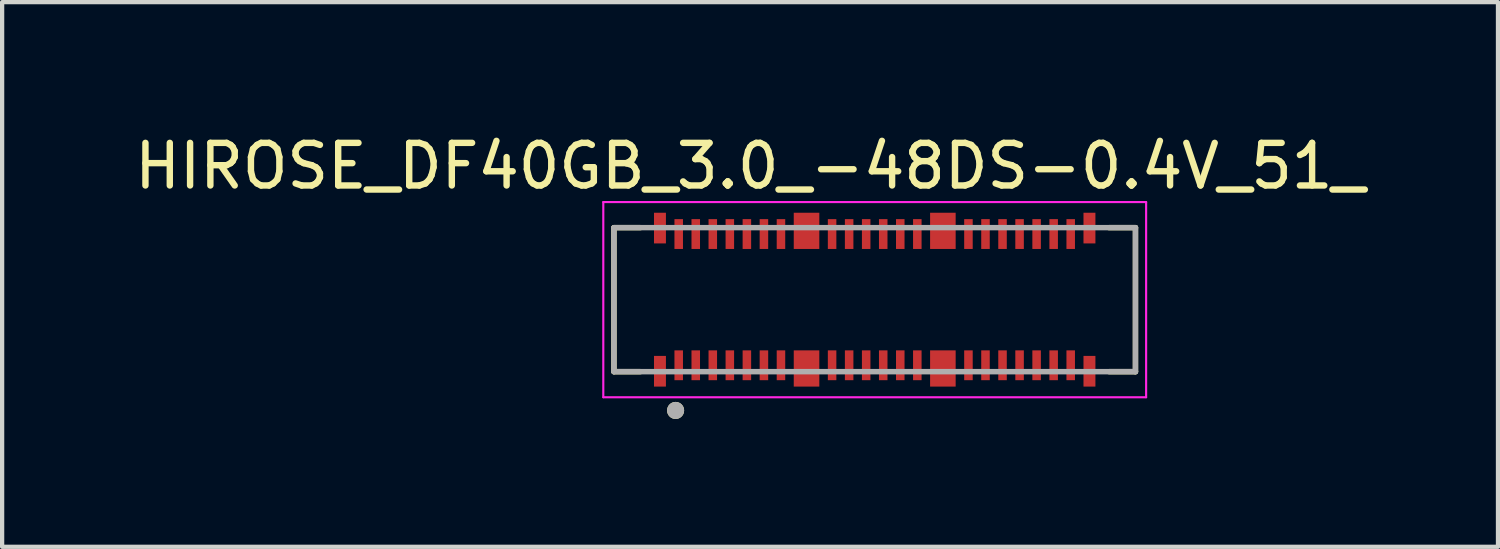
<source format=kicad_pcb>
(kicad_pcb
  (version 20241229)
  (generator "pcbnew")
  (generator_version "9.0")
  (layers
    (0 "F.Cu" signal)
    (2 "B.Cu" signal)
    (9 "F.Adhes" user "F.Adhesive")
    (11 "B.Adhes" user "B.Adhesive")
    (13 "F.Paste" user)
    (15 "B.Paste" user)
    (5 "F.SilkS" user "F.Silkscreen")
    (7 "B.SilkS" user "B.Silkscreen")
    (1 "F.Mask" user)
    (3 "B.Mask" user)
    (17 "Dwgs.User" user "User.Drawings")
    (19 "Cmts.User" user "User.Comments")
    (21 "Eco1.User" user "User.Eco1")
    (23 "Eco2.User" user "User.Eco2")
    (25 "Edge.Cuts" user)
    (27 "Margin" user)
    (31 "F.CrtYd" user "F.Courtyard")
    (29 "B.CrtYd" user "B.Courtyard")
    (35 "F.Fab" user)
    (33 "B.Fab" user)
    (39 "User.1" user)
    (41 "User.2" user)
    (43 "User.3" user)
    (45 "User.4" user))
  (footprint "HIROSE_DF40GB_3.0_-48DS-0.4V_51_"
    (layer "F.Cu")
    (at 17.479 3.983)
    (property "Reference" "HIROSE_DF40GB_3.0_-48DS-0.4V_51_" (at -2.925 -3.135 0) (layer "F.SilkS") (effects (font (size 1 1) (thickness 0.15))))
    (attr smd)
    (fp_poly (pts (xy -5.23 -2.09) (xy -4.85 -2.09) (xy -4.85 -1.27) (xy -5.23 -1.27)) (stroke (width 0.01) (type solid)) (fill yes) (layer "F.Mask"))
    (fp_poly (pts (xy -5.23 1.27) (xy -4.85 1.27) (xy -4.85 2.09) (xy -5.23 2.09)) (stroke (width 0.01) (type solid)) (fill yes) (layer "F.Mask"))
    (fp_poly (pts (xy -4.75 -1.94) (xy -4.45 -1.94) (xy -4.45 -1.14) (xy -4.75 -1.14)) (stroke (width 0.01) (type solid)) (fill yes) (layer "F.Mask"))
    (fp_poly (pts (xy -4.75 1.14) (xy -4.45 1.14) (xy -4.45 1.94) (xy -4.75 1.94)) (stroke (width 0.01) (type solid)) (fill yes) (layer "F.Mask"))
    (fp_poly (pts (xy -4.35 -1.94) (xy -4.05 -1.94) (xy -4.05 -1.14) (xy -4.35 -1.14)) (stroke (width 0.01) (type solid)) (fill yes) (layer "F.Mask"))
    (fp_poly (pts (xy -4.35 1.14) (xy -4.05 1.14) (xy -4.05 1.94) (xy -4.35 1.94)) (stroke (width 0.01) (type solid)) (fill yes) (layer "F.Mask"))
    (fp_poly (pts (xy -3.95 -1.94) (xy -3.65 -1.94) (xy -3.65 -1.14) (xy -3.95 -1.14)) (stroke (width 0.01) (type solid)) (fill yes) (layer "F.Mask"))
    (fp_poly (pts (xy -3.95 1.14) (xy -3.65 1.14) (xy -3.65 1.94) (xy -3.95 1.94)) (stroke (width 0.01) (type solid)) (fill yes) (layer "F.Mask"))
    (fp_poly (pts (xy -3.55 -1.94) (xy -3.25 -1.94) (xy -3.25 -1.14) (xy -3.55 -1.14)) (stroke (width 0.01) (type solid)) (fill yes) (layer "F.Mask"))
    (fp_poly (pts (xy -3.55 1.14) (xy -3.25 1.14) (xy -3.25 1.94) (xy -3.55 1.94)) (stroke (width 0.01) (type solid)) (fill yes) (layer "F.Mask"))
    (fp_poly (pts (xy -3.15 -1.94) (xy -2.85 -1.94) (xy -2.85 -1.14) (xy -3.15 -1.14)) (stroke (width 0.01) (type solid)) (fill yes) (layer "F.Mask"))
    (fp_poly (pts (xy -3.15 1.14) (xy -2.85 1.14) (xy -2.85 1.94) (xy -3.15 1.94)) (stroke (width 0.01) (type solid)) (fill yes) (layer "F.Mask"))
    (fp_poly (pts (xy -2.75 -1.94) (xy -2.45 -1.94) (xy -2.45 -1.14) (xy -2.75 -1.14)) (stroke (width 0.01) (type solid)) (fill yes) (layer "F.Mask"))
    (fp_poly (pts (xy -2.75 1.14) (xy -2.45 1.14) (xy -2.45 1.94) (xy -2.75 1.94)) (stroke (width 0.01) (type solid)) (fill yes) (layer "F.Mask"))
    (fp_poly (pts (xy -2.35 -1.94) (xy -2.05 -1.94) (xy -2.05 -1.14) (xy -2.35 -1.14)) (stroke (width 0.01) (type solid)) (fill yes) (layer "F.Mask"))
    (fp_poly (pts (xy -2.35 1.14) (xy -2.05 1.14) (xy -2.05 1.94) (xy -2.35 1.94)) (stroke (width 0.01) (type solid)) (fill yes) (layer "F.Mask"))
    (fp_poly (pts (xy -1.95 -2.09) (xy -1.25 -2.09) (xy -1.25 -1.14) (xy -1.95 -1.14)) (stroke (width 0.01) (type solid)) (fill yes) (layer "F.Mask"))
    (fp_poly (pts (xy -1.95 1.14) (xy -1.25 1.14) (xy -1.25 2.09) (xy -1.95 2.09)) (stroke (width 0.01) (type solid)) (fill yes) (layer "F.Mask"))
    (fp_poly (pts (xy -1.15 -1.94) (xy -0.85 -1.94) (xy -0.85 -1.14) (xy -1.15 -1.14)) (stroke (width 0.01) (type solid)) (fill yes) (layer "F.Mask"))
    (fp_poly (pts (xy -1.15 1.14) (xy -0.85 1.14) (xy -0.85 1.94) (xy -1.15 1.94)) (stroke (width 0.01) (type solid)) (fill yes) (layer "F.Mask"))
    (fp_poly (pts (xy -0.75 -1.94) (xy -0.45 -1.94) (xy -0.45 -1.14) (xy -0.75 -1.14)) (stroke (width 0.01) (type solid)) (fill yes) (layer "F.Mask"))
    (fp_poly (pts (xy -0.75 1.14) (xy -0.45 1.14) (xy -0.45 1.94) (xy -0.75 1.94)) (stroke (width 0.01) (type solid)) (fill yes) (layer "F.Mask"))
    (fp_poly (pts (xy -0.35 -1.94) (xy -0.05 -1.94) (xy -0.05 -1.14) (xy -0.35 -1.14)) (stroke (width 0.01) (type solid)) (fill yes) (layer "F.Mask"))
    (fp_poly (pts (xy -0.35 1.14) (xy -0.05 1.14) (xy -0.05 1.94) (xy -0.35 1.94)) (stroke (width 0.01) (type solid)) (fill yes) (layer "F.Mask"))
    (fp_poly (pts (xy 0.05 -1.94) (xy 0.35 -1.94) (xy 0.35 -1.14) (xy 0.05 -1.14)) (stroke (width 0.01) (type solid)) (fill yes) (layer "F.Mask"))
    (fp_poly (pts (xy 0.05 1.14) (xy 0.35 1.14) (xy 0.35 1.94) (xy 0.05 1.94)) (stroke (width 0.01) (type solid)) (fill yes) (layer "F.Mask"))
    (fp_poly (pts (xy 0.45 -1.94) (xy 0.75 -1.94) (xy 0.75 -1.14) (xy 0.45 -1.14)) (stroke (width 0.01) (type solid)) (fill yes) (layer "F.Mask"))
    (fp_poly (pts (xy 0.45 1.14) (xy 0.75 1.14) (xy 0.75 1.94) (xy 0.45 1.94)) (stroke (width 0.01) (type solid)) (fill yes) (layer "F.Mask"))
    (fp_poly (pts (xy 0.85 -1.94) (xy 1.15 -1.94) (xy 1.15 -1.14) (xy 0.85 -1.14)) (stroke (width 0.01) (type solid)) (fill yes) (layer "F.Mask"))
    (fp_poly (pts (xy 0.85 1.14) (xy 1.15 1.14) (xy 1.15 1.94) (xy 0.85 1.94)) (stroke (width 0.01) (type solid)) (fill yes) (layer "F.Mask"))
    (fp_poly (pts (xy 1.25 -2.09) (xy 1.95 -2.09) (xy 1.95 -1.14) (xy 1.25 -1.14)) (stroke (width 0.01) (type solid)) (fill yes) (layer "F.Mask"))
    (fp_poly (pts (xy 1.25 1.14) (xy 1.95 1.14) (xy 1.95 2.09) (xy 1.25 2.09)) (stroke (width 0.01) (type solid)) (fill yes) (layer "F.Mask"))
    (fp_poly (pts (xy 2.05 -1.94) (xy 2.35 -1.94) (xy 2.35 -1.14) (xy 2.05 -1.14)) (stroke (width 0.01) (type solid)) (fill yes) (layer "F.Mask"))
    (fp_poly (pts (xy 2.05 1.14) (xy 2.35 1.14) (xy 2.35 1.94) (xy 2.05 1.94)) (stroke (width 0.01) (type solid)) (fill yes) (layer "F.Mask"))
    (fp_poly (pts (xy 2.45 -1.94) (xy 2.75 -1.94) (xy 2.75 -1.14) (xy 2.45 -1.14)) (stroke (width 0.01) (type solid)) (fill yes) (layer "F.Mask"))
    (fp_poly (pts (xy 2.45 1.14) (xy 2.75 1.14) (xy 2.75 1.94) (xy 2.45 1.94)) (stroke (width 0.01) (type solid)) (fill yes) (layer "F.Mask"))
    (fp_poly (pts (xy 2.85 -1.94) (xy 3.15 -1.94) (xy 3.15 -1.14) (xy 2.85 -1.14)) (stroke (width 0.01) (type solid)) (fill yes) (layer "F.Mask"))
    (fp_poly (pts (xy 2.85 1.14) (xy 3.15 1.14) (xy 3.15 1.94) (xy 2.85 1.94)) (stroke (width 0.01) (type solid)) (fill yes) (layer "F.Mask"))
    (fp_poly (pts (xy 3.25 -1.94) (xy 3.55 -1.94) (xy 3.55 -1.14) (xy 3.25 -1.14)) (stroke (width 0.01) (type solid)) (fill yes) (layer "F.Mask"))
    (fp_poly (pts (xy 3.25 1.14) (xy 3.55 1.14) (xy 3.55 1.94) (xy 3.25 1.94)) (stroke (width 0.01) (type solid)) (fill yes) (layer "F.Mask"))
    (fp_poly (pts (xy 3.65 -1.94) (xy 3.95 -1.94) (xy 3.95 -1.14) (xy 3.65 -1.14)) (stroke (width 0.01) (type solid)) (fill yes) (layer "F.Mask"))
    (fp_poly (pts (xy 3.65 1.14) (xy 3.95 1.14) (xy 3.95 1.94) (xy 3.65 1.94)) (stroke (width 0.01) (type solid)) (fill yes) (layer "F.Mask"))
    (fp_poly (pts (xy 4.05 -1.94) (xy 4.35 -1.94) (xy 4.35 -1.14) (xy 4.05 -1.14)) (stroke (width 0.01) (type solid)) (fill yes) (layer "F.Mask"))
    (fp_poly (pts (xy 4.05 1.14) (xy 4.35 1.14) (xy 4.35 1.94) (xy 4.05 1.94)) (stroke (width 0.01) (type solid)) (fill yes) (layer "F.Mask"))
    (fp_poly (pts (xy 4.45 -1.94) (xy 4.75 -1.94) (xy 4.75 -1.14) (xy 4.45 -1.14)) (stroke (width 0.01) (type solid)) (fill yes) (layer "F.Mask"))
    (fp_poly (pts (xy 4.45 1.14) (xy 4.75 1.14) (xy 4.75 1.94) (xy 4.45 1.94)) (stroke (width 0.01) (type solid)) (fill yes) (layer "F.Mask"))
    (fp_poly (pts (xy 4.85 -2.09) (xy 5.23 -2.09) (xy 5.23 -1.27) (xy 4.85 -1.27)) (stroke (width 0.01) (type solid)) (fill yes) (layer "F.Mask"))
    (fp_poly (pts (xy 4.85 1.27) (xy 5.23 1.27) (xy 5.23 2.09) (xy 4.85 2.09)) (stroke (width 0.01) (type solid)) (fill yes) (layer "F.Mask"))
    (fp_line (start -6.12 -1.69) (end -6.12 1.69) (stroke (width 0.127) (type solid)) (layer "F.SilkS"))
    (fp_line (start -6.12 1.69) (end -5.5 1.69) (stroke (width 0.127) (type solid)) (layer "F.SilkS"))
    (fp_line (start -5.5 -1.69) (end -6.12 -1.69) (stroke (width 0.127) (type solid)) (layer "F.SilkS"))
    (fp_line (start 5.5 -1.69) (end 6.12 -1.69) (stroke (width 0.127) (type solid)) (layer "F.SilkS"))
    (fp_line (start 6.12 -1.69) (end 6.12 1.69) (stroke (width 0.127) (type solid)) (layer "F.SilkS"))
    (fp_line (start 6.12 1.69) (end 5.5 1.69) (stroke (width 0.127) (type solid)) (layer "F.SilkS"))
    (fp_circle (center -4.673 2.6) (end -4.573 2.6) (stroke (width 0.2) (type solid)) (fill no) (layer "F.SilkS"))
    (fp_poly (pts (xy -5.165 -2.002) (xy -4.915 -2.002) (xy -4.915 -1.358) (xy -5.165 -1.358)) (stroke (width 0.01) (type solid)) (fill yes) (layer "F.Paste"))
    (fp_poly (pts (xy -5.165 1.358) (xy -4.915 1.358) (xy -4.915 2.002) (xy -5.165 2.002)) (stroke (width 0.01) (type solid)) (fill yes) (layer "F.Paste"))
    (fp_poly (pts (xy -4.689 -1.853) (xy -4.511 -1.853) (xy -4.511 -1.227) (xy -4.689 -1.227)) (stroke (width 0.01) (type solid)) (fill yes) (layer "F.Paste"))
    (fp_poly (pts (xy -4.689 1.227) (xy -4.511 1.227) (xy -4.511 1.853) (xy -4.689 1.853)) (stroke (width 0.01) (type solid)) (fill yes) (layer "F.Paste"))
    (fp_poly (pts (xy -4.289 -1.853) (xy -4.111 -1.853) (xy -4.111 -1.227) (xy -4.289 -1.227)) (stroke (width 0.01) (type solid)) (fill yes) (layer "F.Paste"))
    (fp_poly (pts (xy -4.289 1.227) (xy -4.111 1.227) (xy -4.111 1.853) (xy -4.289 1.853)) (stroke (width 0.01) (type solid)) (fill yes) (layer "F.Paste"))
    (fp_poly (pts (xy -3.889 -1.853) (xy -3.711 -1.853) (xy -3.711 -1.227) (xy -3.889 -1.227)) (stroke (width 0.01) (type solid)) (fill yes) (layer "F.Paste"))
    (fp_poly (pts (xy -3.889 1.227) (xy -3.711 1.227) (xy -3.711 1.853) (xy -3.889 1.853)) (stroke (width 0.01) (type solid)) (fill yes) (layer "F.Paste"))
    (fp_poly (pts (xy -3.489 -1.853) (xy -3.311 -1.853) (xy -3.311 -1.227) (xy -3.489 -1.227)) (stroke (width 0.01) (type solid)) (fill yes) (layer "F.Paste"))
    (fp_poly (pts (xy -3.489 1.227) (xy -3.311 1.227) (xy -3.311 1.853) (xy -3.489 1.853)) (stroke (width 0.01) (type solid)) (fill yes) (layer "F.Paste"))
    (fp_poly (pts (xy -3.089 -1.853) (xy -2.911 -1.853) (xy -2.911 -1.227) (xy -3.089 -1.227)) (stroke (width 0.01) (type solid)) (fill yes) (layer "F.Paste"))
    (fp_poly (pts (xy -3.089 1.227) (xy -2.911 1.227) (xy -2.911 1.853) (xy -3.089 1.853)) (stroke (width 0.01) (type solid)) (fill yes) (layer "F.Paste"))
    (fp_poly (pts (xy -2.689 -1.853) (xy -2.511 -1.853) (xy -2.511 -1.227) (xy -2.689 -1.227)) (stroke (width 0.01) (type solid)) (fill yes) (layer "F.Paste"))
    (fp_poly (pts (xy -2.689 1.227) (xy -2.511 1.227) (xy -2.511 1.853) (xy -2.689 1.853)) (stroke (width 0.01) (type solid)) (fill yes) (layer "F.Paste"))
    (fp_poly (pts (xy -2.289 -1.853) (xy -2.111 -1.853) (xy -2.111 -1.227) (xy -2.289 -1.227)) (stroke (width 0.01) (type solid)) (fill yes) (layer "F.Paste"))
    (fp_poly (pts (xy -2.289 1.227) (xy -2.111 1.227) (xy -2.111 1.853) (xy -2.289 1.853)) (stroke (width 0.01) (type solid)) (fill yes) (layer "F.Paste"))
    (fp_poly (pts (xy -1.868 -1.995) (xy -1.332 -1.995) (xy -1.332 -1.235) (xy -1.868 -1.235)) (stroke (width 0.01) (type solid)) (fill yes) (layer "F.Paste"))
    (fp_poly (pts (xy -1.868 1.235) (xy -1.332 1.235) (xy -1.332 1.995) (xy -1.868 1.995)) (stroke (width 0.01) (type solid)) (fill yes) (layer "F.Paste"))
    (fp_poly (pts (xy -1.089 -1.853) (xy -0.911 -1.853) (xy -0.911 -1.227) (xy -1.089 -1.227)) (stroke (width 0.01) (type solid)) (fill yes) (layer "F.Paste"))
    (fp_poly (pts (xy -1.089 1.227) (xy -0.911 1.227) (xy -0.911 1.853) (xy -1.089 1.853)) (stroke (width 0.01) (type solid)) (fill yes) (layer "F.Paste"))
    (fp_poly (pts (xy -0.689 -1.853) (xy -0.511 -1.853) (xy -0.511 -1.227) (xy -0.689 -1.227)) (stroke (width 0.01) (type solid)) (fill yes) (layer "F.Paste"))
    (fp_poly (pts (xy -0.689 1.227) (xy -0.511 1.227) (xy -0.511 1.853) (xy -0.689 1.853)) (stroke (width 0.01) (type solid)) (fill yes) (layer "F.Paste"))
    (fp_poly (pts (xy -0.289 -1.853) (xy -0.111 -1.853) (xy -0.111 -1.227) (xy -0.289 -1.227)) (stroke (width 0.01) (type solid)) (fill yes) (layer "F.Paste"))
    (fp_poly (pts (xy -0.289 1.227) (xy -0.111 1.227) (xy -0.111 1.853) (xy -0.289 1.853)) (stroke (width 0.01) (type solid)) (fill yes) (layer "F.Paste"))
    (fp_poly (pts (xy 0.111 -1.853) (xy 0.289 -1.853) (xy 0.289 -1.227) (xy 0.111 -1.227)) (stroke (width 0.01) (type solid)) (fill yes) (layer "F.Paste"))
    (fp_poly (pts (xy 0.111 1.227) (xy 0.289 1.227) (xy 0.289 1.853) (xy 0.111 1.853)) (stroke (width 0.01) (type solid)) (fill yes) (layer "F.Paste"))
    (fp_poly (pts (xy 0.511 -1.853) (xy 0.689 -1.853) (xy 0.689 -1.227) (xy 0.511 -1.227)) (stroke (width 0.01) (type solid)) (fill yes) (layer "F.Paste"))
    (fp_poly (pts (xy 0.511 1.227) (xy 0.689 1.227) (xy 0.689 1.853) (xy 0.511 1.853)) (stroke (width 0.01) (type solid)) (fill yes) (layer "F.Paste"))
    (fp_poly (pts (xy 0.911 -1.853) (xy 1.089 -1.853) (xy 1.089 -1.227) (xy 0.911 -1.227)) (stroke (width 0.01) (type solid)) (fill yes) (layer "F.Paste"))
    (fp_poly (pts (xy 0.911 1.227) (xy 1.089 1.227) (xy 1.089 1.853) (xy 0.911 1.853)) (stroke (width 0.01) (type solid)) (fill yes) (layer "F.Paste"))
    (fp_poly (pts (xy 1.332 -1.995) (xy 1.868 -1.995) (xy 1.868 -1.235) (xy 1.332 -1.235)) (stroke (width 0.01) (type solid)) (fill yes) (layer "F.Paste"))
    (fp_poly (pts (xy 1.332 1.235) (xy 1.868 1.235) (xy 1.868 1.995) (xy 1.332 1.995)) (stroke (width 0.01) (type solid)) (fill yes) (layer "F.Paste"))
    (fp_poly (pts (xy 2.111 -1.853) (xy 2.289 -1.853) (xy 2.289 -1.227) (xy 2.111 -1.227)) (stroke (width 0.01) (type solid)) (fill yes) (layer "F.Paste"))
    (fp_poly (pts (xy 2.111 1.227) (xy 2.289 1.227) (xy 2.289 1.853) (xy 2.111 1.853)) (stroke (width 0.01) (type solid)) (fill yes) (layer "F.Paste"))
    (fp_poly (pts (xy 2.511 -1.853) (xy 2.689 -1.853) (xy 2.689 -1.227) (xy 2.511 -1.227)) (stroke (width 0.01) (type solid)) (fill yes) (layer "F.Paste"))
    (fp_poly (pts (xy 2.511 1.227) (xy 2.689 1.227) (xy 2.689 1.853) (xy 2.511 1.853)) (stroke (width 0.01) (type solid)) (fill yes) (layer "F.Paste"))
    (fp_poly (pts (xy 2.911 -1.853) (xy 3.089 -1.853) (xy 3.089 -1.227) (xy 2.911 -1.227)) (stroke (width 0.01) (type solid)) (fill yes) (layer "F.Paste"))
    (fp_poly (pts (xy 2.911 1.227) (xy 3.089 1.227) (xy 3.089 1.853) (xy 2.911 1.853)) (stroke (width 0.01) (type solid)) (fill yes) (layer "F.Paste"))
    (fp_poly (pts (xy 3.311 -1.853) (xy 3.489 -1.853) (xy 3.489 -1.227) (xy 3.311 -1.227)) (stroke (width 0.01) (type solid)) (fill yes) (layer "F.Paste"))
    (fp_poly (pts (xy 3.311 1.227) (xy 3.489 1.227) (xy 3.489 1.853) (xy 3.311 1.853)) (stroke (width 0.01) (type solid)) (fill yes) (layer "F.Paste"))
    (fp_poly (pts (xy 3.711 -1.853) (xy 3.889 -1.853) (xy 3.889 -1.227) (xy 3.711 -1.227)) (stroke (width 0.01) (type solid)) (fill yes) (layer "F.Paste"))
    (fp_poly (pts (xy 3.711 1.227) (xy 3.889 1.227) (xy 3.889 1.853) (xy 3.711 1.853)) (stroke (width 0.01) (type solid)) (fill yes) (layer "F.Paste"))
    (fp_poly (pts (xy 4.111 -1.853) (xy 4.289 -1.853) (xy 4.289 -1.227) (xy 4.111 -1.227)) (stroke (width 0.01) (type solid)) (fill yes) (layer "F.Paste"))
    (fp_poly (pts (xy 4.111 1.227) (xy 4.289 1.227) (xy 4.289 1.853) (xy 4.111 1.853)) (stroke (width 0.01) (type solid)) (fill yes) (layer "F.Paste"))
    (fp_poly (pts (xy 4.511 -1.853) (xy 4.689 -1.853) (xy 4.689 -1.227) (xy 4.511 -1.227)) (stroke (width 0.01) (type solid)) (fill yes) (layer "F.Paste"))
    (fp_poly (pts (xy 4.511 1.227) (xy 4.689 1.227) (xy 4.689 1.853) (xy 4.511 1.853)) (stroke (width 0.01) (type solid)) (fill yes) (layer "F.Paste"))
    (fp_poly (pts (xy 4.915 -2.002) (xy 5.165 -2.002) (xy 5.165 -1.358) (xy 4.915 -1.358)) (stroke (width 0.01) (type solid)) (fill yes) (layer "F.Paste"))
    (fp_poly (pts (xy 4.915 1.358) (xy 5.165 1.358) (xy 5.165 2.002) (xy 4.915 2.002)) (stroke (width 0.01) (type solid)) (fill yes) (layer "F.Paste"))
    (fp_line (start -6.37 -2.29) (end 6.37 -2.29) (stroke (width 0.05) (type solid)) (layer "F.CrtYd"))
    (fp_line (start -6.37 2.29) (end -6.37 -2.29) (stroke (width 0.05) (type solid)) (layer "F.CrtYd"))
    (fp_line (start 6.37 -2.29) (end 6.37 2.29) (stroke (width 0.05) (type solid)) (layer "F.CrtYd"))
    (fp_line (start 6.37 2.29) (end -6.37 2.29) (stroke (width 0.05) (type solid)) (layer "F.CrtYd"))
    (fp_line (start -6.12 -1.69) (end 6.12 -1.69) (stroke (width 0.127) (type solid)) (layer "F.Fab"))
    (fp_line (start -6.12 1.69) (end -6.12 -1.69) (stroke (width 0.127) (type solid)) (layer "F.Fab"))
    (fp_line (start 6.12 -1.69) (end 6.12 1.69) (stroke (width 0.127) (type solid)) (layer "F.Fab"))
    (fp_line (start 6.12 1.69) (end -6.12 1.69) (stroke (width 0.127) (type solid)) (layer "F.Fab"))
    (fp_circle (center -4.673 2.6) (end -4.573 2.6) (stroke (width 0.2) (type solid)) (fill no) (layer "F.Fab"))
    (pad "1" smd rect (at -4.6 1.54) (size 0.2 0.7) (layers "F.Cu"))
    (pad "2" smd rect (at -4.6 -1.54) (size 0.2 0.7) (layers "F.Cu"))
    (pad "3" smd rect (at -4.2 1.54) (size 0.2 0.7) (layers "F.Cu"))
    (pad "4" smd rect (at -4.2 -1.54) (size 0.2 0.7) (layers "F.Cu"))
    (pad "5" smd rect (at -3.8 1.54) (size 0.2 0.7) (layers "F.Cu"))
    (pad "6" smd rect (at -3.8 -1.54) (size 0.2 0.7) (layers "F.Cu"))
    (pad "7" smd rect (at -3.4 1.54) (size 0.2 0.7) (layers "F.Cu"))
    (pad "8" smd rect (at -3.4 -1.54) (size 0.2 0.7) (layers "F.Cu"))
    (pad "9" smd rect (at -3 1.54) (size 0.2 0.7) (layers "F.Cu"))
    (pad "10" smd rect (at -3 -1.54) (size 0.2 0.7) (layers "F.Cu"))
    (pad "11" smd rect (at -2.6 1.54) (size 0.2 0.7) (layers "F.Cu"))
    (pad "12" smd rect (at -2.6 -1.54) (size 0.2 0.7) (layers "F.Cu"))
    (pad "13" smd rect (at -2.2 1.54) (size 0.2 0.7) (layers "F.Cu"))
    (pad "14" smd rect (at -2.2 -1.54) (size 0.2 0.7) (layers "F.Cu"))
    (pad "15" smd rect (at -1 1.54) (size 0.2 0.7) (layers "F.Cu"))
    (pad "16" smd rect (at -1 -1.54) (size 0.2 0.7) (layers "F.Cu"))
    (pad "17" smd rect (at -0.6 1.54) (size 0.2 0.7) (layers "F.Cu"))
    (pad "18" smd rect (at -0.6 -1.54) (size 0.2 0.7) (layers "F.Cu"))
    (pad "19" smd rect (at -0.2 1.54) (size 0.2 0.7) (layers "F.Cu"))
    (pad "20" smd rect (at -0.2 -1.54) (size 0.2 0.7) (layers "F.Cu"))
    (pad "21" smd rect (at 0.2 1.54) (size 0.2 0.7) (layers "F.Cu"))
    (pad "22" smd rect (at 0.2 -1.54) (size 0.2 0.7) (layers "F.Cu"))
    (pad "23" smd rect (at 0.6 1.54) (size 0.2 0.7) (layers "F.Cu"))
    (pad "24" smd rect (at 0.6 -1.54) (size 0.2 0.7) (layers "F.Cu"))
    (pad "25" smd rect (at 1 1.54) (size 0.2 0.7) (layers "F.Cu"))
    (pad "26" smd rect (at 1 -1.54) (size 0.2 0.7) (layers "F.Cu"))
    (pad "27" smd rect (at 2.2 1.54) (size 0.2 0.7) (layers "F.Cu"))
    (pad "28" smd rect (at 2.2 -1.54) (size 0.2 0.7) (layers "F.Cu"))
    (pad "29" smd rect (at 2.6 1.54) (size 0.2 0.7) (layers "F.Cu"))
    (pad "30" smd rect (at 2.6 -1.54) (size 0.2 0.7) (layers "F.Cu"))
    (pad "31" smd rect (at 3 1.54) (size 0.2 0.7) (layers "F.Cu"))
    (pad "32" smd rect (at 3 -1.54) (size 0.2 0.7) (layers "F.Cu"))
    (pad "33" smd rect (at 3.4 1.54) (size 0.2 0.7) (layers "F.Cu"))
    (pad "34" smd rect (at 3.4 -1.54) (size 0.2 0.7) (layers "F.Cu"))
    (pad "35" smd rect (at 3.8 1.54) (size 0.2 0.7) (layers "F.Cu"))
    (pad "36" smd rect (at 3.8 -1.54) (size 0.2 0.7) (layers "F.Cu"))
    (pad "37" smd rect (at 4.2 1.54) (size 0.2 0.7) (layers "F.Cu"))
    (pad "38" smd rect (at 4.2 -1.54) (size 0.2 0.7) (layers "F.Cu"))
    (pad "39" smd rect (at 4.6 1.54) (size 0.2 0.7) (layers "F.Cu"))
    (pad "40" smd rect (at 4.6 -1.54) (size 0.2 0.7) (layers "F.Cu"))
    (pad "G1" smd rect (at -5.04 1.68) (size 0.28 0.72) (layers "F.Cu"))
    (pad "G2" smd rect (at -5.04 -1.68) (size 0.28 0.72) (layers "F.Cu"))
    (pad "G3" smd rect (at -1.6 1.615) (size 0.6 0.85) (layers "F.Cu"))
    (pad "G4" smd rect (at -1.6 -1.615) (size 0.6 0.85) (layers "F.Cu"))
    (pad "G5" smd rect (at 1.6 1.615) (size 0.6 0.85) (layers "F.Cu"))
    (pad "G6" smd rect (at 1.6 -1.615) (size 0.6 0.85) (layers "F.Cu"))
    (pad "G7" smd rect (at 5.04 1.68) (size 0.28 0.72) (layers "F.Cu"))
    (pad "G8" smd rect (at 5.04 -1.68) (size 0.28 0.72) (layers "F.Cu"))
    (zone (net_name "") (layer "F.Cu") (hatch full 0.508) (connect_pads) (min_thickness 0.01) (filled_areas_thickness no) (keepout (tracks not_allowed) (vias not_allowed) (pads not_allowed) (copperpour not_allowed) (footprints allowed)) (placement (enabled no)) (fill) (polygon (pts (xy 12.779 2.793) (xy 12.979 2.793) (xy 12.979 3.233) (xy 12.779 3.233))))
    (zone (net_name "") (layer "F.Cu") (hatch full 0.508) (connect_pads) (min_thickness 0.01) (filled_areas_thickness no) (keepout (tracks not_allowed) (vias not_allowed) (pads not_allowed) (copperpour not_allowed) (footprints allowed)) (placement (enabled no)) (fill) (polygon (pts (xy 12.779 4.733) (xy 12.979 4.733) (xy 12.979 5.173) (xy 12.779 5.173))))
    (zone (net_name "") (layer "F.Cu") (hatch full 0.508) (connect_pads) (min_thickness 0.01) (filled_areas_thickness no) (keepout (tracks not_allowed) (vias not_allowed) (pads not_allowed) (copperpour not_allowed) (footprints allowed)) (placement (enabled no)) (fill) (polygon (pts (xy 13.179 2.793) (xy 13.379 2.793) (xy 13.379 3.233) (xy 13.179 3.233))))
    (zone (net_name "") (layer "F.Cu") (hatch full 0.508) (connect_pads) (min_thickness 0.01) (filled_areas_thickness no) (keepout (tracks not_allowed) (vias not_allowed) (pads not_allowed) (copperpour not_allowed) (footprints allowed)) (placement (enabled no)) (fill) (polygon (pts (xy 13.179 4.733) (xy 13.379 4.733) (xy 13.379 5.173) (xy 13.179 5.173))))
    (zone (net_name "") (layer "F.Cu") (hatch full 0.508) (connect_pads) (min_thickness 0.01) (filled_areas_thickness no) (keepout (tracks not_allowed) (vias not_allowed) (pads not_allowed) (copperpour not_allowed) (footprints allowed)) (placement (enabled no)) (fill) (polygon (pts (xy 13.579 2.793) (xy 13.779 2.793) (xy 13.779 3.233) (xy 13.579 3.233))))
    (zone (net_name "") (layer "F.Cu") (hatch full 0.508) (connect_pads) (min_thickness 0.01) (filled_areas_thickness no) (keepout (tracks not_allowed) (vias not_allowed) (pads not_allowed) (copperpour not_allowed) (footprints allowed)) (placement (enabled no)) (fill) (polygon (pts (xy 13.579 4.733) (xy 13.779 4.733) (xy 13.779 5.173) (xy 13.579 5.173))))
    (zone (net_name "") (layer "F.Cu") (hatch full 0.508) (connect_pads) (min_thickness 0.01) (filled_areas_thickness no) (keepout (tracks not_allowed) (vias not_allowed) (pads not_allowed) (copperpour not_allowed) (footprints allowed)) (placement (enabled no)) (fill) (polygon (pts (xy 13.979 2.793) (xy 14.179 2.793) (xy 14.179 3.233) (xy 13.979 3.233))))
    (zone (net_name "") (layer "F.Cu") (hatch full 0.508) (connect_pads) (min_thickness 0.01) (filled_areas_thickness no) (keepout (tracks not_allowed) (vias not_allowed) (pads not_allowed) (copperpour not_allowed) (footprints allowed)) (placement (enabled no)) (fill) (polygon (pts (xy 13.979 4.733) (xy 14.179 4.733) (xy 14.179 5.173) (xy 13.979 5.173))))
    (zone (net_name "") (layer "F.Cu") (hatch full 0.508) (connect_pads) (min_thickness 0.01) (filled_areas_thickness no) (keepout (tracks not_allowed) (vias not_allowed) (pads not_allowed) (copperpour not_allowed) (footprints allowed)) (placement (enabled no)) (fill) (polygon (pts (xy 14.379 2.793) (xy 14.579 2.793) (xy 14.579 3.233) (xy 14.379 3.233))))
    (zone (net_name "") (layer "F.Cu") (hatch full 0.508) (connect_pads) (min_thickness 0.01) (filled_areas_thickness no) (keepout (tracks not_allowed) (vias not_allowed) (pads not_allowed) (copperpour not_allowed) (footprints allowed)) (placement (enabled no)) (fill) (polygon (pts (xy 14.379 4.733) (xy 14.579 4.733) (xy 14.579 5.173) (xy 14.379 5.173))))
    (zone (net_name "") (layer "F.Cu") (hatch full 0.508) (connect_pads) (min_thickness 0.01) (filled_areas_thickness no) (keepout (tracks not_allowed) (vias not_allowed) (pads not_allowed) (copperpour not_allowed) (footprints allowed)) (placement (enabled no)) (fill) (polygon (pts (xy 14.779 2.793) (xy 14.979 2.793) (xy 14.979 3.233) (xy 14.779 3.233))))
    (zone (net_name "") (layer "F.Cu") (hatch full 0.508) (connect_pads) (min_thickness 0.01) (filled_areas_thickness no) (keepout (tracks not_allowed) (vias not_allowed) (pads not_allowed) (copperpour not_allowed) (footprints allowed)) (placement (enabled no)) (fill) (polygon (pts (xy 14.779 4.733) (xy 14.979 4.733) (xy 14.979 5.173) (xy 14.779 5.173))))
    (zone (net_name "") (layer "F.Cu") (hatch full 0.508) (connect_pads) (min_thickness 0.01) (filled_areas_thickness no) (keepout (tracks not_allowed) (vias not_allowed) (pads not_allowed) (copperpour not_allowed) (footprints allowed)) (placement (enabled no)) (fill) (polygon (pts (xy 15.179 2.793) (xy 15.379 2.793) (xy 15.379 3.233) (xy 15.179 3.233))))
    (zone (net_name "") (layer "F.Cu") (hatch full 0.508) (connect_pads) (min_thickness 0.01) (filled_areas_thickness no) (keepout (tracks not_allowed) (vias not_allowed) (pads not_allowed) (copperpour not_allowed) (footprints allowed)) (placement (enabled no)) (fill) (polygon (pts (xy 15.179 4.733) (xy 15.379 4.733) (xy 15.379 5.173) (xy 15.179 5.173))))
    (zone (net_name "") (layer "F.Cu") (hatch full 0.508) (connect_pads) (min_thickness 0.01) (filled_areas_thickness no) (keepout (tracks not_allowed) (vias not_allowed) (pads not_allowed) (copperpour not_allowed) (footprints allowed)) (placement (enabled no)) (fill) (polygon (pts (xy 15.579 2.793) (xy 15.779 2.793) (xy 15.779 3.233) (xy 15.579 3.233))))
    (zone (net_name "") (layer "F.Cu") (hatch full 0.508) (connect_pads) (min_thickness 0.01) (filled_areas_thickness no) (keepout (tracks not_allowed) (vias not_allowed) (pads not_allowed) (copperpour not_allowed) (footprints allowed)) (placement (enabled no)) (fill) (polygon (pts (xy 15.579 4.733) (xy 15.779 4.733) (xy 15.779 5.173) (xy 15.579 5.173))))
    (zone (net_name "") (layer "F.Cu") (hatch full 0.508) (connect_pads) (min_thickness 0.01) (filled_areas_thickness no) (keepout (tracks not_allowed) (vias not_allowed) (pads not_allowed) (copperpour not_allowed) (footprints allowed)) (placement (enabled no)) (fill) (polygon (pts (xy 15.979 2.793) (xy 16.179 2.793) (xy 16.179 3.233) (xy 15.979 3.233))))
    (zone (net_name "") (layer "F.Cu") (hatch full 0.508) (connect_pads) (min_thickness 0.01) (filled_areas_thickness no) (keepout (tracks not_allowed) (vias not_allowed) (pads not_allowed) (copperpour not_allowed) (footprints allowed)) (placement (enabled no)) (fill) (polygon (pts (xy 15.979 4.733) (xy 16.179 4.733) (xy 16.179 5.173) (xy 15.979 5.173))))
    (zone (net_name "") (layer "F.Cu") (hatch full 0.508) (connect_pads) (min_thickness 0.01) (filled_areas_thickness no) (keepout (tracks not_allowed) (vias not_allowed) (pads not_allowed) (copperpour not_allowed) (footprints allowed)) (placement (enabled no)) (fill) (polygon (pts (xy 16.379 2.793) (xy 16.579 2.793) (xy 16.579 3.233) (xy 16.379 3.233))))
    (zone (net_name "") (layer "F.Cu") (hatch full 0.508) (connect_pads) (min_thickness 0.01) (filled_areas_thickness no) (keepout (tracks not_allowed) (vias not_allowed) (pads not_allowed) (copperpour not_allowed) (footprints allowed)) (placement (enabled no)) (fill) (polygon (pts (xy 16.379 4.733) (xy 16.579 4.733) (xy 16.579 5.173) (xy 16.379 5.173))))
    (zone (net_name "") (layer "F.Cu") (hatch full 0.508) (connect_pads) (min_thickness 0.01) (filled_areas_thickness no) (keepout (tracks not_allowed) (vias not_allowed) (pads not_allowed) (copperpour not_allowed) (footprints allowed)) (placement (enabled no)) (fill) (polygon (pts (xy 16.779 2.793) (xy 16.979 2.793) (xy 16.979 3.233) (xy 16.779 3.233))))
    (zone (net_name "") (layer "F.Cu") (hatch full 0.508) (connect_pads) (min_thickness 0.01) (filled_areas_thickness no) (keepout (tracks not_allowed) (vias not_allowed) (pads not_allowed) (copperpour not_allowed) (footprints allowed)) (placement (enabled no)) (fill) (polygon (pts (xy 16.779 4.733) (xy 16.979 4.733) (xy 16.979 5.173) (xy 16.779 5.173))))
    (zone (net_name "") (layer "F.Cu") (hatch full 0.508) (connect_pads) (min_thickness 0.01) (filled_areas_thickness no) (keepout (tracks not_allowed) (vias not_allowed) (pads not_allowed) (copperpour not_allowed) (footprints allowed)) (placement (enabled no)) (fill) (polygon (pts (xy 17.179 2.793) (xy 17.379 2.793) (xy 17.379 3.233) (xy 17.179 3.233))))
    (zone (net_name "") (layer "F.Cu") (hatch full 0.508) (connect_pads) (min_thickness 0.01) (filled_areas_thickness no) (keepout (tracks not_allowed) (vias not_allowed) (pads not_allowed) (copperpour not_allowed) (footprints allowed)) (placement (enabled no)) (fill) (polygon (pts (xy 17.179 4.733) (xy 17.379 4.733) (xy 17.379 5.173) (xy 17.179 5.173))))
    (zone (net_name "") (layer "F.Cu") (hatch full 0.508) (connect_pads) (min_thickness 0.01) (filled_areas_thickness no) (keepout (tracks not_allowed) (vias not_allowed) (pads not_allowed) (copperpour not_allowed) (footprints allowed)) (placement (enabled no)) (fill) (polygon (pts (xy 17.579 2.793) (xy 17.779 2.793) (xy 17.779 3.233) (xy 17.579 3.233))))
    (zone (net_name "") (layer "F.Cu") (hatch full 0.508) (connect_pads) (min_thickness 0.01) (filled_areas_thickness no) (keepout (tracks not_allowed) (vias not_allowed) (pads not_allowed) (copperpour not_allowed) (footprints allowed)) (placement (enabled no)) (fill) (polygon (pts (xy 17.579 4.733) (xy 17.779 4.733) (xy 17.779 5.173) (xy 17.579 5.173))))
    (zone (net_name "") (layer "F.Cu") (hatch full 0.508) (connect_pads) (min_thickness 0.01) (filled_areas_thickness no) (keepout (tracks not_allowed) (vias not_allowed) (pads not_allowed) (copperpour not_allowed) (footprints allowed)) (placement (enabled no)) (fill) (polygon (pts (xy 17.979 2.793) (xy 18.179 2.793) (xy 18.179 3.233) (xy 17.979 3.233))))
    (zone (net_name "") (layer "F.Cu") (hatch full 0.508) (connect_pads) (min_thickness 0.01) (filled_areas_thickness no) (keepout (tracks not_allowed) (vias not_allowed) (pads not_allowed) (copperpour not_allowed) (footprints allowed)) (placement (enabled no)) (fill) (polygon (pts (xy 17.979 4.733) (xy 18.179 4.733) (xy 18.179 5.173) (xy 17.979 5.173))))
    (zone (net_name "") (layer "F.Cu") (hatch full 0.508) (connect_pads) (min_thickness 0.01) (filled_areas_thickness no) (keepout (tracks not_allowed) (vias not_allowed) (pads not_allowed) (copperpour not_allowed) (footprints allowed)) (placement (enabled no)) (fill) (polygon (pts (xy 18.379 2.793) (xy 18.579 2.793) (xy 18.579 3.233) (xy 18.379 3.233))))
    (zone (net_name "") (layer "F.Cu") (hatch full 0.508) (connect_pads) (min_thickness 0.01) (filled_areas_thickness no) (keepout (tracks not_allowed) (vias not_allowed) (pads not_allowed) (copperpour not_allowed) (footprints allowed)) (placement (enabled no)) (fill) (polygon (pts (xy 18.379 4.733) (xy 18.579 4.733) (xy 18.579 5.173) (xy 18.379 5.173))))
    (zone (net_name "") (layer "F.Cu") (hatch full 0.508) (connect_pads) (min_thickness 0.01) (filled_areas_thickness no) (keepout (tracks not_allowed) (vias not_allowed) (pads not_allowed) (copperpour not_allowed) (footprints allowed)) (placement (enabled no)) (fill) (polygon (pts (xy 18.779 2.793) (xy 18.979 2.793) (xy 18.979 3.233) (xy 18.779 3.233))))
    (zone (net_name "") (layer "F.Cu") (hatch full 0.508) (connect_pads) (min_thickness 0.01) (filled_areas_thickness no) (keepout (tracks not_allowed) (vias not_allowed) (pads not_allowed) (copperpour not_allowed) (footprints allowed)) (placement (enabled no)) (fill) (polygon (pts (xy 18.779 4.733) (xy 18.979 4.733) (xy 18.979 5.173) (xy 18.779 5.173))))
    (zone (net_name "") (layer "F.Cu") (hatch full 0.508) (connect_pads) (min_thickness 0.01) (filled_areas_thickness no) (keepout (tracks not_allowed) (vias not_allowed) (pads not_allowed) (copperpour not_allowed) (footprints allowed)) (placement (enabled no)) (fill) (polygon (pts (xy 19.179 2.793) (xy 19.379 2.793) (xy 19.379 3.233) (xy 19.179 3.233))))
    (zone (net_name "") (layer "F.Cu") (hatch full 0.508) (connect_pads) (min_thickness 0.01) (filled_areas_thickness no) (keepout (tracks not_allowed) (vias not_allowed) (pads not_allowed) (copperpour not_allowed) (footprints allowed)) (placement (enabled no)) (fill) (polygon (pts (xy 19.179 4.733) (xy 19.379 4.733) (xy 19.379 5.173) (xy 19.179 5.173))))
    (zone (net_name "") (layer "F.Cu") (hatch full 0.508) (connect_pads) (min_thickness 0.01) (filled_areas_thickness no) (keepout (tracks not_allowed) (vias not_allowed) (pads not_allowed) (copperpour not_allowed) (footprints allowed)) (placement (enabled no)) (fill) (polygon (pts (xy 19.579 2.793) (xy 19.779 2.793) (xy 19.779 3.233) (xy 19.579 3.233))))
    (zone (net_name "") (layer "F.Cu") (hatch full 0.508) (connect_pads) (min_thickness 0.01) (filled_areas_thickness no) (keepout (tracks not_allowed) (vias not_allowed) (pads not_allowed) (copperpour not_allowed) (footprints allowed)) (placement (enabled no)) (fill) (polygon (pts (xy 19.579 4.733) (xy 19.779 4.733) (xy 19.779 5.173) (xy 19.579 5.173))))
    (zone (net_name "") (layer "F.Cu") (hatch full 0.508) (connect_pads) (min_thickness 0.01) (filled_areas_thickness no) (keepout (tracks not_allowed) (vias not_allowed) (pads not_allowed) (copperpour not_allowed) (footprints allowed)) (placement (enabled no)) (fill) (polygon (pts (xy 19.979 2.793) (xy 20.179 2.793) (xy 20.179 3.233) (xy 19.979 3.233))))
    (zone (net_name "") (layer "F.Cu") (hatch full 0.508) (connect_pads) (min_thickness 0.01) (filled_areas_thickness no) (keepout (tracks not_allowed) (vias not_allowed) (pads not_allowed) (copperpour not_allowed) (footprints allowed)) (placement (enabled no)) (fill) (polygon (pts (xy 19.979 4.733) (xy 20.179 4.733) (xy 20.179 5.173) (xy 19.979 5.173))))
    (zone (net_name "") (layer "F.Cu") (hatch full 0.508) (connect_pads) (min_thickness 0.01) (filled_areas_thickness no) (keepout (tracks not_allowed) (vias not_allowed) (pads not_allowed) (copperpour not_allowed) (footprints allowed)) (placement (enabled no)) (fill) (polygon (pts (xy 20.379 2.793) (xy 20.579 2.793) (xy 20.579 3.233) (xy 20.379 3.233))))
    (zone (net_name "") (layer "F.Cu") (hatch full 0.508) (connect_pads) (min_thickness 0.01) (filled_areas_thickness no) (keepout (tracks not_allowed) (vias not_allowed) (pads not_allowed) (copperpour not_allowed) (footprints allowed)) (placement (enabled no)) (fill) (polygon (pts (xy 20.379 4.733) (xy 20.579 4.733) (xy 20.579 5.173) (xy 20.379 5.173))))
    (zone (net_name "") (layer "F.Cu") (hatch full 0.508) (connect_pads) (min_thickness 0.01) (filled_areas_thickness no) (keepout (tracks not_allowed) (vias not_allowed) (pads not_allowed) (copperpour not_allowed) (footprints allowed)) (placement (enabled no)) (fill) (polygon (pts (xy 20.779 2.793) (xy 20.979 2.793) (xy 20.979 3.233) (xy 20.779 3.233))))
    (zone (net_name "") (layer "F.Cu") (hatch full 0.508) (connect_pads) (min_thickness 0.01) (filled_areas_thickness no) (keepout (tracks not_allowed) (vias not_allowed) (pads not_allowed) (copperpour not_allowed) (footprints allowed)) (placement (enabled no)) (fill) (polygon (pts (xy 20.779 4.733) (xy 20.979 4.733) (xy 20.979 5.173) (xy 20.779 5.173))))
    (zone (net_name "") (layer "F.Cu") (hatch full 0.508) (connect_pads) (min_thickness 0.01) (filled_areas_thickness no) (keepout (tracks not_allowed) (vias not_allowed) (pads not_allowed) (copperpour not_allowed) (footprints allowed)) (placement (enabled no)) (fill) (polygon (pts (xy 21.179 2.793) (xy 21.379 2.793) (xy 21.379 3.233) (xy 21.179 3.233))))
    (zone (net_name "") (layer "F.Cu") (hatch full 0.508) (connect_pads) (min_thickness 0.01) (filled_areas_thickness no) (keepout (tracks not_allowed) (vias not_allowed) (pads not_allowed) (copperpour not_allowed) (footprints allowed)) (placement (enabled no)) (fill) (polygon (pts (xy 21.179 4.733) (xy 21.379 4.733) (xy 21.379 5.173) (xy 21.179 5.173))))
    (zone (net_name "") (layer "F.Cu") (hatch full 0.508) (connect_pads) (min_thickness 0.01) (filled_areas_thickness no) (keepout (tracks not_allowed) (vias not_allowed) (pads not_allowed) (copperpour not_allowed) (footprints allowed)) (placement (enabled no)) (fill) (polygon (pts (xy 21.579 2.793) (xy 21.779 2.793) (xy 21.779 3.233) (xy 21.579 3.233))))
    (zone (net_name "") (layer "F.Cu") (hatch full 0.508) (connect_pads) (min_thickness 0.01) (filled_areas_thickness no) (keepout (tracks not_allowed) (vias not_allowed) (pads not_allowed) (copperpour not_allowed) (footprints allowed)) (placement (enabled no)) (fill) (polygon (pts (xy 21.579 4.733) (xy 21.779 4.733) (xy 21.779 5.173) (xy 21.579 5.173))))
    (zone (net_name "") (layer "F.Cu") (hatch full 0.508) (connect_pads) (min_thickness 0.01) (filled_areas_thickness no) (keepout (tracks not_allowed) (vias not_allowed) (pads not_allowed) (copperpour not_allowed) (footprints allowed)) (placement (enabled no)) (fill) (polygon (pts (xy 21.979 2.793) (xy 22.179 2.793) (xy 22.179 3.233) (xy 21.979 3.233))))
    (zone (net_name "") (layer "F.Cu") (hatch full 0.508) (connect_pads) (min_thickness 0.01) (filled_areas_thickness no) (keepout (tracks not_allowed) (vias not_allowed) (pads not_allowed) (copperpour not_allowed) (footprints allowed)) (placement (enabled no)) (fill) (polygon (pts (xy 21.979 4.733) (xy 22.179 4.733) (xy 22.179 5.173) (xy 21.979 5.173))))
    (zone (net_name "") (layers "F.Cu" "B.Cu") (hatch full 0.508) (connect_pads) (min_thickness 0.01) (filled_areas_thickness no) (keepout (tracks allowed) (vias not_allowed) (pads allowed) (copperpour allowed) (footprints allowed)) (placement (enabled no)) (fill) (polygon (pts (xy 12.779 2.793) (xy 12.979 2.793) (xy 12.979 3.233) (xy 12.779 3.233))))
    (zone (net_name "") (layers "F.Cu" "B.Cu") (hatch full 0.508) (connect_pads) (min_thickness 0.01) (filled_areas_thickness no) (keepout (tracks allowed) (vias not_allowed) (pads allowed) (copperpour allowed) (footprints allowed)) (placement (enabled no)) (fill) (polygon (pts (xy 12.779 4.733) (xy 12.979 4.733) (xy 12.979 5.173) (xy 12.779 5.173))))
    (zone (net_name "") (layers "F.Cu" "B.Cu") (hatch full 0.508) (connect_pads) (min_thickness 0.01) (filled_areas_thickness no) (keepout (tracks allowed) (vias not_allowed) (pads allowed) (copperpour allowed) (footprints allowed)) (placement (enabled no)) (fill) (polygon (pts (xy 13.179 2.793) (xy 13.379 2.793) (xy 13.379 3.233) (xy 13.179 3.233))))
    (zone (net_name "") (layers "F.Cu" "B.Cu") (hatch full 0.508) (connect_pads) (min_thickness 0.01) (filled_areas_thickness no) (keepout (tracks allowed) (vias not_allowed) (pads allowed) (copperpour allowed) (footprints allowed)) (placement (enabled no)) (fill) (polygon (pts (xy 13.179 4.733) (xy 13.379 4.733) (xy 13.379 5.173) (xy 13.179 5.173))))
    (zone (net_name "") (layers "F.Cu" "B.Cu") (hatch full 0.508) (connect_pads) (min_thickness 0.01) (filled_areas_thickness no) (keepout (tracks allowed) (vias not_allowed) (pads allowed) (copperpour allowed) (footprints allowed)) (placement (enabled no)) (fill) (polygon (pts (xy 13.579 2.793) (xy 13.779 2.793) (xy 13.779 3.233) (xy 13.579 3.233))))
    (zone (net_name "") (layers "F.Cu" "B.Cu") (hatch full 0.508) (connect_pads) (min_thickness 0.01) (filled_areas_thickness no) (keepout (tracks allowed) (vias not_allowed) (pads allowed) (copperpour allowed) (footprints allowed)) (placement (enabled no)) (fill) (polygon (pts (xy 13.579 4.733) (xy 13.779 4.733) (xy 13.779 5.173) (xy 13.579 5.173))))
    (zone (net_name "") (layers "F.Cu" "B.Cu") (hatch full 0.508) (connect_pads) (min_thickness 0.01) (filled_areas_thickness no) (keepout (tracks allowed) (vias not_allowed) (pads allowed) (copperpour allowed) (footprints allowed)) (placement (enabled no)) (fill) (polygon (pts (xy 13.979 2.793) (xy 14.179 2.793) (xy 14.179 3.233) (xy 13.979 3.233))))
    (zone (net_name "") (layers "F.Cu" "B.Cu") (hatch full 0.508) (connect_pads) (min_thickness 0.01) (filled_areas_thickness no) (keepout (tracks allowed) (vias not_allowed) (pads allowed) (copperpour allowed) (footprints allowed)) (placement (enabled no)) (fill) (polygon (pts (xy 13.979 4.733) (xy 14.179 4.733) (xy 14.179 5.173) (xy 13.979 5.173))))
    (zone (net_name "") (layers "F.Cu" "B.Cu") (hatch full 0.508) (connect_pads) (min_thickness 0.01) (filled_areas_thickness no) (keepout (tracks allowed) (vias not_allowed) (pads allowed) (copperpour allowed) (footprints allowed)) (placement (enabled no)) (fill) (polygon (pts (xy 14.379 2.793) (xy 14.579 2.793) (xy 14.579 3.233) (xy 14.379 3.233))))
    (zone (net_name "") (layers "F.Cu" "B.Cu") (hatch full 0.508) (connect_pads) (min_thickness 0.01) (filled_areas_thickness no) (keepout (tracks allowed) (vias not_allowed) (pads allowed) (copperpour allowed) (footprints allowed)) (placement (enabled no)) (fill) (polygon (pts (xy 14.379 4.733) (xy 14.579 4.733) (xy 14.579 5.173) (xy 14.379 5.173))))
    (zone (net_name "") (layers "F.Cu" "B.Cu") (hatch full 0.508) (connect_pads) (min_thickness 0.01) (filled_areas_thickness no) (keepout (tracks allowed) (vias not_allowed) (pads allowed) (copperpour allowed) (footprints allowed)) (placement (enabled no)) (fill) (polygon (pts (xy 14.779 2.793) (xy 14.979 2.793) (xy 14.979 3.233) (xy 14.779 3.233))))
    (zone (net_name "") (layers "F.Cu" "B.Cu") (hatch full 0.508) (connect_pads) (min_thickness 0.01) (filled_areas_thickness no) (keepout (tracks allowed) (vias not_allowed) (pads allowed) (copperpour allowed) (footprints allowed)) (placement (enabled no)) (fill) (polygon (pts (xy 14.779 4.733) (xy 14.979 4.733) (xy 14.979 5.173) (xy 14.779 5.173))))
    (zone (net_name "") (layers "F.Cu" "B.Cu") (hatch full 0.508) (connect_pads) (min_thickness 0.01) (filled_areas_thickness no) (keepout (tracks allowed) (vias not_allowed) (pads allowed) (copperpour allowed) (footprints allowed)) (placement (enabled no)) (fill) (polygon (pts (xy 15.179 2.793) (xy 15.379 2.793) (xy 15.379 3.233) (xy 15.179 3.233))))
    (zone (net_name "") (layers "F.Cu" "B.Cu") (hatch full 0.508) (connect_pads) (min_thickness 0.01) (filled_areas_thickness no) (keepout (tracks allowed) (vias not_allowed) (pads allowed) (copperpour allowed) (footprints allowed)) (placement (enabled no)) (fill) (polygon (pts (xy 15.179 4.733) (xy 15.379 4.733) (xy 15.379 5.173) (xy 15.179 5.173))))
    (zone (net_name "") (layers "F.Cu" "B.Cu") (hatch full 0.508) (connect_pads) (min_thickness 0.01) (filled_areas_thickness no) (keepout (tracks allowed) (vias not_allowed) (pads allowed) (copperpour allowed) (footprints allowed)) (placement (enabled no)) (fill) (polygon (pts (xy 15.579 2.793) (xy 15.779 2.793) (xy 15.779 3.233) (xy 15.579 3.233))))
    (zone (net_name "") (layers "F.Cu" "B.Cu") (hatch full 0.508) (connect_pads) (min_thickness 0.01) (filled_areas_thickness no) (keepout (tracks allowed) (vias not_allowed) (pads allowed) (copperpour allowed) (footprints allowed)) (placement (enabled no)) (fill) (polygon (pts (xy 15.579 4.733) (xy 15.779 4.733) (xy 15.779 5.173) (xy 15.579 5.173))))
    (zone (net_name "") (layers "F.Cu" "B.Cu") (hatch full 0.508) (connect_pads) (min_thickness 0.01) (filled_areas_thickness no) (keepout (tracks allowed) (vias not_allowed) (pads allowed) (copperpour allowed) (footprints allowed)) (placement (enabled no)) (fill) (polygon (pts (xy 15.979 2.793) (xy 16.179 2.793) (xy 16.179 3.233) (xy 15.979 3.233))))
    (zone (net_name "") (layers "F.Cu" "B.Cu") (hatch full 0.508) (connect_pads) (min_thickness 0.01) (filled_areas_thickness no) (keepout (tracks allowed) (vias not_allowed) (pads allowed) (copperpour allowed) (footprints allowed)) (placement (enabled no)) (fill) (polygon (pts (xy 15.979 4.733) (xy 16.179 4.733) (xy 16.179 5.173) (xy 15.979 5.173))))
    (zone (net_name "") (layers "F.Cu" "B.Cu") (hatch full 0.508) (connect_pads) (min_thickness 0.01) (filled_areas_thickness no) (keepout (tracks allowed) (vias not_allowed) (pads allowed) (copperpour allowed) (footprints allowed)) (placement (enabled no)) (fill) (polygon (pts (xy 16.379 2.793) (xy 16.579 2.793) (xy 16.579 3.233) (xy 16.379 3.233))))
    (zone (net_name "") (layers "F.Cu" "B.Cu") (hatch full 0.508) (connect_pads) (min_thickness 0.01) (filled_areas_thickness no) (keepout (tracks allowed) (vias not_allowed) (pads allowed) (copperpour allowed) (footprints allowed)) (placement (enabled no)) (fill) (polygon (pts (xy 16.379 4.733) (xy 16.579 4.733) (xy 16.579 5.173) (xy 16.379 5.173))))
    (zone (net_name "") (layers "F.Cu" "B.Cu") (hatch full 0.508) (connect_pads) (min_thickness 0.01) (filled_areas_thickness no) (keepout (tracks allowed) (vias not_allowed) (pads allowed) (copperpour allowed) (footprints allowed)) (placement (enabled no)) (fill) (polygon (pts (xy 16.779 2.793) (xy 16.979 2.793) (xy 16.979 3.233) (xy 16.779 3.233))))
    (zone (net_name "") (layers "F.Cu" "B.Cu") (hatch full 0.508) (connect_pads) (min_thickness 0.01) (filled_areas_thickness no) (keepout (tracks allowed) (vias not_allowed) (pads allowed) (copperpour allowed) (footprints allowed)) (placement (enabled no)) (fill) (polygon (pts (xy 16.779 4.733) (xy 16.979 4.733) (xy 16.979 5.173) (xy 16.779 5.173))))
    (zone (net_name "") (layers "F.Cu" "B.Cu") (hatch full 0.508) (connect_pads) (min_thickness 0.01) (filled_areas_thickness no) (keepout (tracks allowed) (vias not_allowed) (pads allowed) (copperpour allowed) (footprints allowed)) (placement (enabled no)) (fill) (polygon (pts (xy 17.179 2.793) (xy 17.379 2.793) (xy 17.379 3.233) (xy 17.179 3.233))))
    (zone (net_name "") (layers "F.Cu" "B.Cu") (hatch full 0.508) (connect_pads) (min_thickness 0.01) (filled_areas_thickness no) (keepout (tracks allowed) (vias not_allowed) (pads allowed) (copperpour allowed) (footprints allowed)) (placement (enabled no)) (fill) (polygon (pts (xy 17.179 4.733) (xy 17.379 4.733) (xy 17.379 5.173) (xy 17.179 5.173))))
    (zone (net_name "") (layers "F.Cu" "B.Cu") (hatch full 0.508) (connect_pads) (min_thickness 0.01) (filled_areas_thickness no) (keepout (tracks allowed) (vias not_allowed) (pads allowed) (copperpour allowed) (footprints allowed)) (placement (enabled no)) (fill) (polygon (pts (xy 17.579 2.793) (xy 17.779 2.793) (xy 17.779 3.233) (xy 17.579 3.233))))
    (zone (net_name "") (layers "F.Cu" "B.Cu") (hatch full 0.508) (connect_pads) (min_thickness 0.01) (filled_areas_thickness no) (keepout (tracks allowed) (vias not_allowed) (pads allowed) (copperpour allowed) (footprints allowed)) (placement (enabled no)) (fill) (polygon (pts (xy 17.579 4.733) (xy 17.779 4.733) (xy 17.779 5.173) (xy 17.579 5.173))))
    (zone (net_name "") (layers "F.Cu" "B.Cu") (hatch full 0.508) (connect_pads) (min_thickness 0.01) (filled_areas_thickness no) (keepout (tracks allowed) (vias not_allowed) (pads allowed) (copperpour allowed) (footprints allowed)) (placement (enabled no)) (fill) (polygon (pts (xy 17.979 2.793) (xy 18.179 2.793) (xy 18.179 3.233) (xy 17.979 3.233))))
    (zone (net_name "") (layers "F.Cu" "B.Cu") (hatch full 0.508) (connect_pads) (min_thickness 0.01) (filled_areas_thickness no) (keepout (tracks allowed) (vias not_allowed) (pads allowed) (copperpour allowed) (footprints allowed)) (placement (enabled no)) (fill) (polygon (pts (xy 17.979 4.733) (xy 18.179 4.733) (xy 18.179 5.173) (xy 17.979 5.173))))
    (zone (net_name "") (layers "F.Cu" "B.Cu") (hatch full 0.508) (connect_pads) (min_thickness 0.01) (filled_areas_thickness no) (keepout (tracks allowed) (vias not_allowed) (pads allowed) (copperpour allowed) (footprints allowed)) (placement (enabled no)) (fill) (polygon (pts (xy 18.379 2.793) (xy 18.579 2.793) (xy 18.579 3.233) (xy 18.379 3.233))))
    (zone (net_name "") (layers "F.Cu" "B.Cu") (hatch full 0.508) (connect_pads) (min_thickness 0.01) (filled_areas_thickness no) (keepout (tracks allowed) (vias not_allowed) (pads allowed) (copperpour allowed) (footprints allowed)) (placement (enabled no)) (fill) (polygon (pts (xy 18.379 4.733) (xy 18.579 4.733) (xy 18.579 5.173) (xy 18.379 5.173))))
    (zone (net_name "") (layers "F.Cu" "B.Cu") (hatch full 0.508) (connect_pads) (min_thickness 0.01) (filled_areas_thickness no) (keepout (tracks allowed) (vias not_allowed) (pads allowed) (copperpour allowed) (footprints allowed)) (placement (enabled no)) (fill) (polygon (pts (xy 18.779 2.793) (xy 18.979 2.793) (xy 18.979 3.233) (xy 18.779 3.233))))
    (zone (net_name "") (layers "F.Cu" "B.Cu") (hatch full 0.508) (connect_pads) (min_thickness 0.01) (filled_areas_thickness no) (keepout (tracks allowed) (vias not_allowed) (pads allowed) (copperpour allowed) (footprints allowed)) (placement (enabled no)) (fill) (polygon (pts (xy 18.779 4.733) (xy 18.979 4.733) (xy 18.979 5.173) (xy 18.779 5.173))))
    (zone (net_name "") (layers "F.Cu" "B.Cu") (hatch full 0.508) (connect_pads) (min_thickness 0.01) (filled_areas_thickness no) (keepout (tracks allowed) (vias not_allowed) (pads allowed) (copperpour allowed) (footprints allowed)) (placement (enabled no)) (fill) (polygon (pts (xy 19.179 2.793) (xy 19.379 2.793) (xy 19.379 3.233) (xy 19.179 3.233))))
    (zone (net_name "") (layers "F.Cu" "B.Cu") (hatch full 0.508) (connect_pads) (min_thickness 0.01) (filled_areas_thickness no) (keepout (tracks allowed) (vias not_allowed) (pads allowed) (copperpour allowed) (footprints allowed)) (placement (enabled no)) (fill) (polygon (pts (xy 19.179 4.733) (xy 19.379 4.733) (xy 19.379 5.173) (xy 19.179 5.173))))
    (zone (net_name "") (layers "F.Cu" "B.Cu") (hatch full 0.508) (connect_pads) (min_thickness 0.01) (filled_areas_thickness no) (keepout (tracks allowed) (vias not_allowed) (pads allowed) (copperpour allowed) (footprints allowed)) (placement (enabled no)) (fill) (polygon (pts (xy 19.579 2.793) (xy 19.779 2.793) (xy 19.779 3.233) (xy 19.579 3.233))))
    (zone (net_name "") (layers "F.Cu" "B.Cu") (hatch full 0.508) (connect_pads) (min_thickness 0.01) (filled_areas_thickness no) (keepout (tracks allowed) (vias not_allowed) (pads allowed) (copperpour allowed) (footprints allowed)) (placement (enabled no)) (fill) (polygon (pts (xy 19.579 4.733) (xy 19.779 4.733) (xy 19.779 5.173) (xy 19.579 5.173))))
    (zone (net_name "") (layers "F.Cu" "B.Cu") (hatch full 0.508) (connect_pads) (min_thickness 0.01) (filled_areas_thickness no) (keepout (tracks allowed) (vias not_allowed) (pads allowed) (copperpour allowed) (footprints allowed)) (placement (enabled no)) (fill) (polygon (pts (xy 19.979 2.793) (xy 20.179 2.793) (xy 20.179 3.233) (xy 19.979 3.233))))
    (zone (net_name "") (layers "F.Cu" "B.Cu") (hatch full 0.508) (connect_pads) (min_thickness 0.01) (filled_areas_thickness no) (keepout (tracks allowed) (vias not_allowed) (pads allowed) (copperpour allowed) (footprints allowed)) (placement (enabled no)) (fill) (polygon (pts (xy 19.979 4.733) (xy 20.179 4.733) (xy 20.179 5.173) (xy 19.979 5.173))))
    (zone (net_name "") (layers "F.Cu" "B.Cu") (hatch full 0.508) (connect_pads) (min_thickness 0.01) (filled_areas_thickness no) (keepout (tracks allowed) (vias not_allowed) (pads allowed) (copperpour allowed) (footprints allowed)) (placement (enabled no)) (fill) (polygon (pts (xy 20.379 2.793) (xy 20.579 2.793) (xy 20.579 3.233) (xy 20.379 3.233))))
    (zone (net_name "") (layers "F.Cu" "B.Cu") (hatch full 0.508) (connect_pads) (min_thickness 0.01) (filled_areas_thickness no) (keepout (tracks allowed) (vias not_allowed) (pads allowed) (copperpour allowed) (footprints allowed)) (placement (enabled no)) (fill) (polygon (pts (xy 20.379 4.733) (xy 20.579 4.733) (xy 20.579 5.173) (xy 20.379 5.173))))
    (zone (net_name "") (layers "F.Cu" "B.Cu") (hatch full 0.508) (connect_pads) (min_thickness 0.01) (filled_areas_thickness no) (keepout (tracks allowed) (vias not_allowed) (pads allowed) (copperpour allowed) (footprints allowed)) (placement (enabled no)) (fill) (polygon (pts (xy 20.779 2.793) (xy 20.979 2.793) (xy 20.979 3.233) (xy 20.779 3.233))))
    (zone (net_name "") (layers "F.Cu" "B.Cu") (hatch full 0.508) (connect_pads) (min_thickness 0.01) (filled_areas_thickness no) (keepout (tracks allowed) (vias not_allowed) (pads allowed) (copperpour allowed) (footprints allowed)) (placement (enabled no)) (fill) (polygon (pts (xy 20.779 4.733) (xy 20.979 4.733) (xy 20.979 5.173) (xy 20.779 5.173))))
    (zone (net_name "") (layers "F.Cu" "B.Cu") (hatch full 0.508) (connect_pads) (min_thickness 0.01) (filled_areas_thickness no) (keepout (tracks allowed) (vias not_allowed) (pads allowed) (copperpour allowed) (footprints allowed)) (placement (enabled no)) (fill) (polygon (pts (xy 21.179 2.793) (xy 21.379 2.793) (xy 21.379 3.233) (xy 21.179 3.233))))
    (zone (net_name "") (layers "F.Cu" "B.Cu") (hatch full 0.508) (connect_pads) (min_thickness 0.01) (filled_areas_thickness no) (keepout (tracks allowed) (vias not_allowed) (pads allowed) (copperpour allowed) (footprints allowed)) (placement (enabled no)) (fill) (polygon (pts (xy 21.179 4.733) (xy 21.379 4.733) (xy 21.379 5.173) (xy 21.179 5.173))))
    (zone (net_name "") (layers "F.Cu" "B.Cu") (hatch full 0.508) (connect_pads) (min_thickness 0.01) (filled_areas_thickness no) (keepout (tracks allowed) (vias not_allowed) (pads allowed) (copperpour allowed) (footprints allowed)) (placement (enabled no)) (fill) (polygon (pts (xy 21.579 2.793) (xy 21.779 2.793) (xy 21.779 3.233) (xy 21.579 3.233))))
    (zone (net_name "") (layers "F.Cu" "B.Cu") (hatch full 0.508) (connect_pads) (min_thickness 0.01) (filled_areas_thickness no) (keepout (tracks allowed) (vias not_allowed) (pads allowed) (copperpour allowed) (footprints allowed)) (placement (enabled no)) (fill) (polygon (pts (xy 21.579 4.733) (xy 21.779 4.733) (xy 21.779 5.173) (xy 21.579 5.173))))
    (zone (net_name "") (layers "F.Cu" "B.Cu") (hatch full 0.508) (connect_pads) (min_thickness 0.01) (filled_areas_thickness no) (keepout (tracks allowed) (vias not_allowed) (pads allowed) (copperpour allowed) (footprints allowed)) (placement (enabled no)) (fill) (polygon (pts (xy 21.979 2.793) (xy 22.179 2.793) (xy 22.179 3.233) (xy 21.979 3.233))))
    (zone (net_name "") (layers "F.Cu" "B.Cu") (hatch full 0.508) (connect_pads) (min_thickness 0.01) (filled_areas_thickness no) (keepout (tracks allowed) (vias not_allowed) (pads allowed) (copperpour allowed) (footprints allowed)) (placement (enabled no)) (fill) (polygon (pts (xy 21.979 4.733) (xy 22.179 4.733) (xy 22.179 5.173) (xy 21.979 5.173)))))
  (gr_rect
    (start -3 -3)
    (end 32.107 9.783)
    (stroke (width 0.1) (type default))
    (fill no)
    (layer "Edge.Cuts")))
</source>
